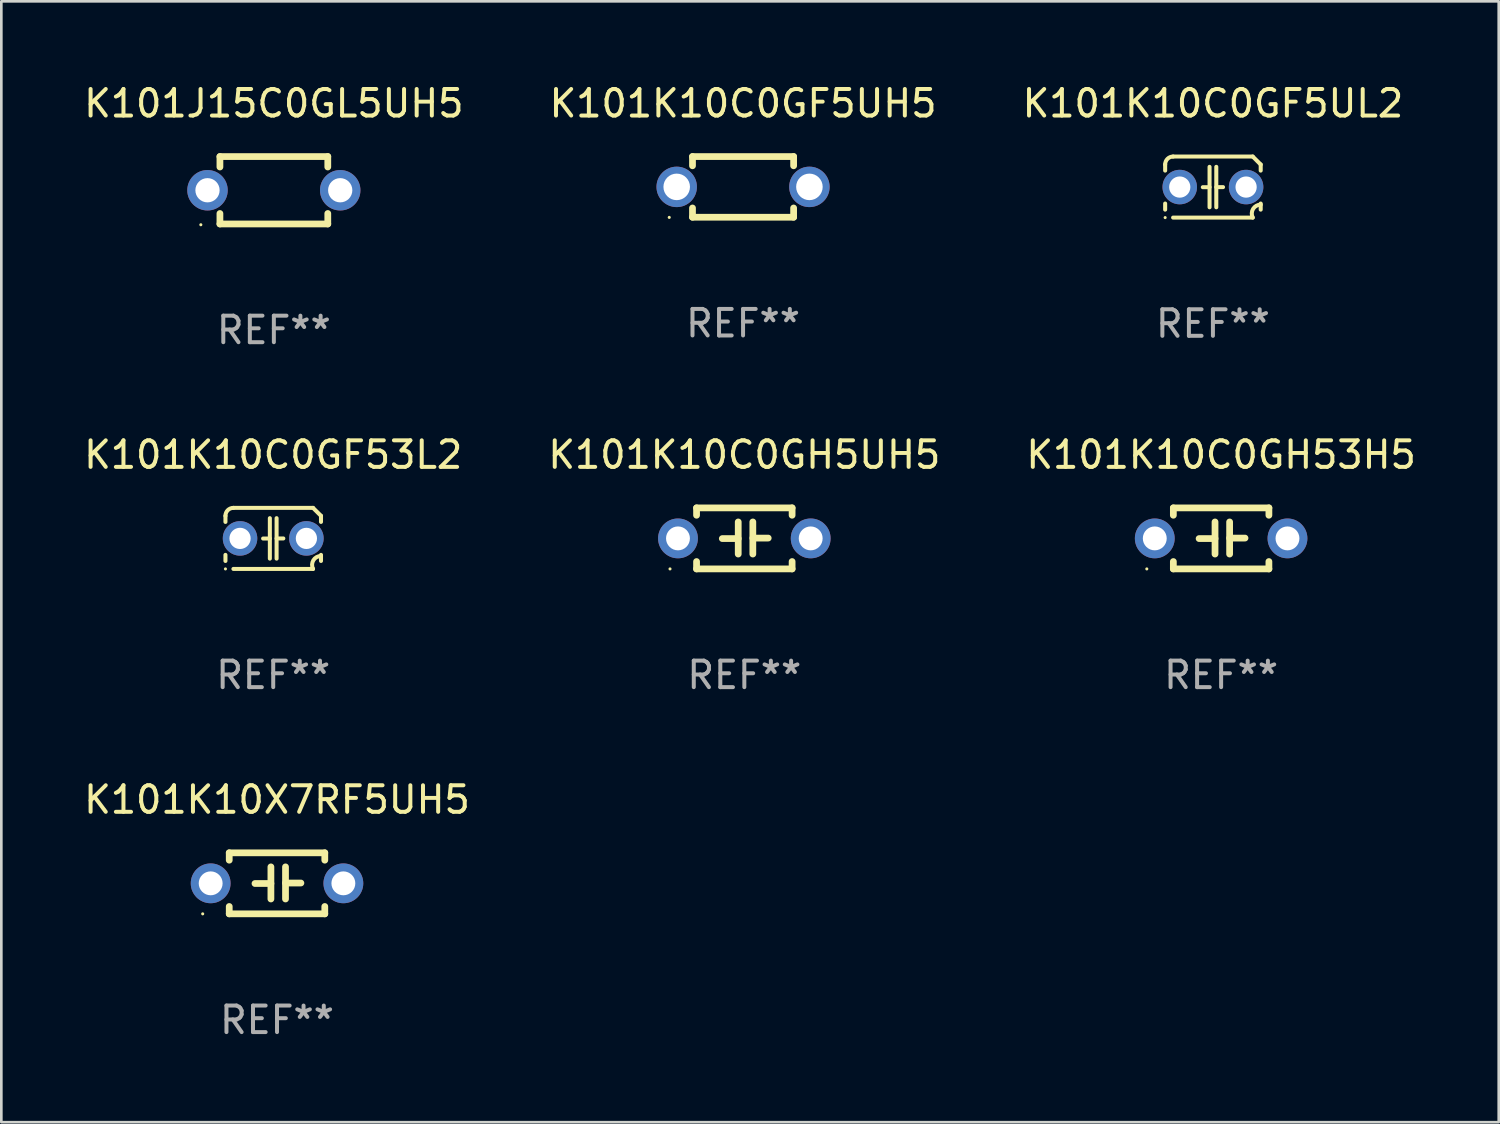
<source format=kicad_pcb>
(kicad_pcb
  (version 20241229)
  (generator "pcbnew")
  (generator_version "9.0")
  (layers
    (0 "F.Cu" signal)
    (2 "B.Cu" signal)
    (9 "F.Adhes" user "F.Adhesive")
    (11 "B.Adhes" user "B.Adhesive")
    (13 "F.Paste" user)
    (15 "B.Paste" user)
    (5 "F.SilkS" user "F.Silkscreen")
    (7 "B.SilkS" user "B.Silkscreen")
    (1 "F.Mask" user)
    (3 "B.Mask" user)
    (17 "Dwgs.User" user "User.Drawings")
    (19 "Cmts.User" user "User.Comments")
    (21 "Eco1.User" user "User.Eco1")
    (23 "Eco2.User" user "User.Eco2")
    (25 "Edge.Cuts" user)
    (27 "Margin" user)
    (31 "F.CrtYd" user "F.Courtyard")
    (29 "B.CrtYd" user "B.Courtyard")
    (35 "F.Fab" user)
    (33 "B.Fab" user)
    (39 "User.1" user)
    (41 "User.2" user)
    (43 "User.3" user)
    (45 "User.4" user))
  (footprint "K101K10C0GF5UL2"
    (layer "F.Cu")
    (at 42.649 3.998)
    (property "Reference" "K101K10C0GF5UL2" (at 0 -3.15 0) (layer "F.SilkS") (effects (font (size 1 1) (thickness 0.15))))
    (attr through_hole)
    (fp_line (start -1.8 -0.621) (end -1.8 -0.85) (stroke (width 0.152) (type solid)) (layer "F.SilkS"))
    (fp_line (start -1.8 0.85) (end -1.8 0.621) (stroke (width 0.152) (type solid)) (layer "F.SilkS"))
    (fp_line (start -1.5 -1.15) (end 1.5 -1.15) (stroke (width 0.152) (type solid)) (layer "F.SilkS"))
    (fp_line (start -0.127 -0.762) (end -0.127 0.762) (stroke (width 0.152) (type solid)) (layer "F.SilkS"))
    (fp_line (start -0.127 0.005) (end -0.381 0.005) (stroke (width 0.152) (type solid)) (layer "F.SilkS"))
    (fp_line (start 0.127 -0.762) (end 0.127 0.762) (stroke (width 0.152) (type solid)) (layer "F.SilkS"))
    (fp_line (start 0.127 0.002) (end 0.381 0.002) (stroke (width 0.152) (type solid)) (layer "F.SilkS"))
    (fp_line (start 1.5 1.15) (end -1.5 1.15) (stroke (width 0.152) (type solid)) (layer "F.SilkS"))
    (fp_line (start 1.8 -0.85) (end 1.8 -0.621) (stroke (width 0.152) (type solid)) (layer "F.SilkS"))
    (fp_line (start 1.8 0.621) (end 1.8 0.85) (stroke (width 0.152) (type solid)) (layer "F.SilkS"))
    (fp_arc (start -1.799975 -0.849987) (mid -1.712107 -1.062119) (end -1.499975 -1.149987) (stroke (width 0.151994) (type solid)) (layer "F.SilkS"))
    (fp_arc (start 1.499975 1.149987) (mid 1.513726 0.822359) (end 1.799975 0.662387) (stroke (width 0.151994) (type solid)) (layer "F.SilkS"))
    (fp_arc (start 1.500001 -1.149986) (mid 1.650015 -1.000001) (end 1.8 -0.849987) (stroke (width 0.151994) (type solid)) (layer "F.SilkS"))
    (fp_circle (center -1.8 1.15) (end -1.77 1.15) (stroke (width 0.06) (type solid)) (fill no) (layer "F.SilkS"))
    (fp_text user "REF**" (at 0 5.15 0) (layer "F.Fab") (effects (font (size 1 1) (thickness 0.15))))
    (pad "1" thru_hole circle (at -1.25 0) (size 1.3 1.3) (drill 0.8) (layers "*.Cu" "*.Mask"))
    (pad "2" thru_hole circle (at 1.25 0) (size 1.3 1.3) (drill 0.8) (layers "*.Cu" "*.Mask")))
  (footprint "K101K10C0GH53H5"
    (layer "F.Cu")
    (at 42.958 17.235)
    (property "Reference" "K101K10C0GH53H5" (at 0 -3.15 0) (layer "F.SilkS") (effects (font (size 1 1) (thickness 0.15))))
    (attr through_hole)
    (fp_line (start -1.8 -1.15) (end -1.8 -0.872) (stroke (width 0.254) (type solid)) (layer "F.SilkS"))
    (fp_line (start -1.8 -1.15) (end 1.8 -1.15) (stroke (width 0.254) (type solid)) (layer "F.SilkS"))
    (fp_line (start -1.8 0.872) (end -1.8 1.15) (stroke (width 0.254) (type solid)) (layer "F.SilkS"))
    (fp_line (start -1.8 1.15) (end 1.8 1.15) (stroke (width 0.254) (type solid)) (layer "F.SilkS"))
    (fp_line (start -0.23 -0.62) (end -0.23 0.59) (stroke (width 0.254) (type solid)) (layer "F.SilkS"))
    (fp_line (start -0.23 0.007) (end -0.83 0.007) (stroke (width 0.254) (type solid)) (layer "F.SilkS"))
    (fp_line (start 0.32 -0.62) (end 0.32 0.59) (stroke (width 0.254) (type solid)) (layer "F.SilkS"))
    (fp_line (start 0.32 -0.012) (end 0.9 -0.012) (stroke (width 0.254) (type solid)) (layer "F.SilkS"))
    (fp_line (start 1.8 -1.15) (end 1.8 -0.872) (stroke (width 0.254) (type solid)) (layer "F.SilkS"))
    (fp_line (start 1.8 0.872) (end 1.8 1.15) (stroke (width 0.254) (type solid)) (layer "F.SilkS"))
    (fp_circle (center -2.8 1.15) (end -2.77 1.15) (stroke (width 0.06) (type solid)) (fill no) (layer "F.SilkS"))
    (fp_text user "REF**" (at 0 5.15 0) (layer "F.Fab") (effects (font (size 1 1) (thickness 0.15))))
    (pad "1" thru_hole circle (at -2.5 0) (size 1.5 1.5) (drill 0.9) (layers "*.Cu" "*.Mask"))
    (pad "2" thru_hole circle (at 2.5 0) (size 1.5 1.5) (drill 0.9) (layers "*.Cu" "*.Mask")))
  (footprint "K101K10C0GF53L2"
    (layer "F.Cu")
    (at 7.244 17.235)
    (property "Reference" "K101K10C0GF53L2" (at 0 -3.15 0) (layer "F.SilkS") (effects (font (size 1 1) (thickness 0.15))))
    (attr through_hole)
    (fp_line (start -1.8 -0.621) (end -1.8 -0.85) (stroke (width 0.152) (type solid)) (layer "F.SilkS"))
    (fp_line (start -1.8 0.85) (end -1.8 0.621) (stroke (width 0.152) (type solid)) (layer "F.SilkS"))
    (fp_line (start -1.5 -1.15) (end 1.5 -1.15) (stroke (width 0.152) (type solid)) (layer "F.SilkS"))
    (fp_line (start -0.127 -0.762) (end -0.127 0.762) (stroke (width 0.152) (type solid)) (layer "F.SilkS"))
    (fp_line (start -0.127 0.005) (end -0.381 0.005) (stroke (width 0.152) (type solid)) (layer "F.SilkS"))
    (fp_line (start 0.127 -0.762) (end 0.127 0.762) (stroke (width 0.152) (type solid)) (layer "F.SilkS"))
    (fp_line (start 0.127 0.002) (end 0.381 0.002) (stroke (width 0.152) (type solid)) (layer "F.SilkS"))
    (fp_line (start 1.5 1.15) (end -1.5 1.15) (stroke (width 0.152) (type solid)) (layer "F.SilkS"))
    (fp_line (start 1.8 -0.85) (end 1.8 -0.621) (stroke (width 0.152) (type solid)) (layer "F.SilkS"))
    (fp_line (start 1.8 0.621) (end 1.8 0.85) (stroke (width 0.152) (type solid)) (layer "F.SilkS"))
    (fp_arc (start -1.799975 -0.849987) (mid -1.712107 -1.062119) (end -1.499975 -1.149987) (stroke (width 0.151994) (type solid)) (layer "F.SilkS"))
    (fp_arc (start 1.499975 1.149987) (mid 1.513726 0.822359) (end 1.799975 0.662387) (stroke (width 0.151994) (type solid)) (layer "F.SilkS"))
    (fp_arc (start 1.500001 -1.149986) (mid 1.650015 -1.000001) (end 1.8 -0.849987) (stroke (width 0.151994) (type solid)) (layer "F.SilkS"))
    (fp_circle (center -1.8 1.15) (end -1.77 1.15) (stroke (width 0.06) (type solid)) (fill no) (layer "F.SilkS"))
    (fp_text user "REF**" (at 0 5.15 0) (layer "F.Fab") (effects (font (size 1 1) (thickness 0.15))))
    (pad "1" thru_hole circle (at -1.25 0) (size 1.3 1.3) (drill 0.8) (layers "*.Cu" "*.Mask"))
    (pad "2" thru_hole circle (at 1.25 0) (size 1.3 1.3) (drill 0.8) (layers "*.Cu" "*.Mask")))
  (footprint "K101J15C0GL5UH5"
    (layer "F.Cu")
    (at 7.268 4.118)
    (property "Reference" "K101J15C0GL5UH5" (at 0 -3.27 0) (layer "F.SilkS") (effects (font (size 1 1) (thickness 0.15))))
    (attr through_hole)
    (fp_line (start -2.032 -1.27) (end -2.032 -0.876) (stroke (width 0.254) (type solid)) (layer "F.SilkS"))
    (fp_line (start -2.032 0.876) (end -2.032 1.27) (stroke (width 0.254) (type solid)) (layer "F.SilkS"))
    (fp_line (start -2.032 1.27) (end 2.032 1.27) (stroke (width 0.254) (type solid)) (layer "F.SilkS"))
    (fp_line (start 2.032 -1.27) (end -2.032 -1.27) (stroke (width 0.254) (type solid)) (layer "F.SilkS"))
    (fp_line (start 2.032 -0.876) (end 2.032 -1.27) (stroke (width 0.254) (type solid)) (layer "F.SilkS"))
    (fp_line (start 2.032 1.27) (end 2.032 0.876) (stroke (width 0.254) (type solid)) (layer "F.SilkS"))
    (fp_circle (center -2.751 1.3) (end -2.721 1.3) (stroke (width 0.06) (type solid)) (fill no) (layer "F.SilkS"))
    (fp_text user "REF**" (at 0 5.27 0) (layer "F.Fab") (effects (font (size 1 1) (thickness 0.15))))
    (pad "1" thru_hole circle (at -2.5 0) (size 1.524 1.524) (drill 0.914) (layers "*.Cu" "*.Mask"))
    (pad "2" thru_hole circle (at 2.5 0) (size 1.524 1.524) (drill 0.914) (layers "*.Cu" "*.Mask")))
  (footprint "K101K10C0GH5UH5"
    (layer "F.Cu")
    (at 24.994 17.235)
    (property "Reference" "K101K10C0GH5UH5" (at 0 -3.15 0) (layer "F.SilkS") (effects (font (size 1 1) (thickness 0.15))))
    (attr through_hole)
    (fp_line (start -1.8 -1.15) (end -1.8 -0.872) (stroke (width 0.254) (type solid)) (layer "F.SilkS"))
    (fp_line (start -1.8 -1.15) (end 1.8 -1.15) (stroke (width 0.254) (type solid)) (layer "F.SilkS"))
    (fp_line (start -1.8 0.872) (end -1.8 1.15) (stroke (width 0.254) (type solid)) (layer "F.SilkS"))
    (fp_line (start -1.8 1.15) (end 1.8 1.15) (stroke (width 0.254) (type solid)) (layer "F.SilkS"))
    (fp_line (start -0.23 -0.62) (end -0.23 0.59) (stroke (width 0.254) (type solid)) (layer "F.SilkS"))
    (fp_line (start -0.23 0.007) (end -0.83 0.007) (stroke (width 0.254) (type solid)) (layer "F.SilkS"))
    (fp_line (start 0.32 -0.62) (end 0.32 0.59) (stroke (width 0.254) (type solid)) (layer "F.SilkS"))
    (fp_line (start 0.32 -0.012) (end 0.9 -0.012) (stroke (width 0.254) (type solid)) (layer "F.SilkS"))
    (fp_line (start 1.8 -1.15) (end 1.8 -0.872) (stroke (width 0.254) (type solid)) (layer "F.SilkS"))
    (fp_line (start 1.8 0.872) (end 1.8 1.15) (stroke (width 0.254) (type solid)) (layer "F.SilkS"))
    (fp_circle (center -2.8 1.15) (end -2.77 1.15) (stroke (width 0.06) (type solid)) (fill no) (layer "F.SilkS"))
    (fp_text user "REF**" (at 0 5.15 0) (layer "F.Fab") (effects (font (size 1 1) (thickness 0.15))))
    (pad "1" thru_hole circle (at -2.5 0) (size 1.5 1.5) (drill 0.9) (layers "*.Cu" "*.Mask"))
    (pad "2" thru_hole circle (at 2.5 0) (size 1.5 1.5) (drill 0.9) (layers "*.Cu" "*.Mask")))
  (footprint "K101K10X7RF5UH5"
    (layer "F.Cu")
    (at 7.387 30.231)
    (property "Reference" "K101K10X7RF5UH5" (at 0 -3.15 0) (layer "F.SilkS") (effects (font (size 1 1) (thickness 0.15))))
    (attr through_hole)
    (fp_line (start -1.8 -1.15) (end -1.8 -0.872) (stroke (width 0.254) (type solid)) (layer "F.SilkS"))
    (fp_line (start -1.8 -1.15) (end 1.8 -1.15) (stroke (width 0.254) (type solid)) (layer "F.SilkS"))
    (fp_line (start -1.8 0.872) (end -1.8 1.15) (stroke (width 0.254) (type solid)) (layer "F.SilkS"))
    (fp_line (start -1.8 1.15) (end 1.8 1.15) (stroke (width 0.254) (type solid)) (layer "F.SilkS"))
    (fp_line (start -0.23 -0.62) (end -0.23 0.59) (stroke (width 0.254) (type solid)) (layer "F.SilkS"))
    (fp_line (start -0.23 0.007) (end -0.83 0.007) (stroke (width 0.254) (type solid)) (layer "F.SilkS"))
    (fp_line (start 0.32 -0.62) (end 0.32 0.59) (stroke (width 0.254) (type solid)) (layer "F.SilkS"))
    (fp_line (start 0.32 -0.012) (end 0.9 -0.012) (stroke (width 0.254) (type solid)) (layer "F.SilkS"))
    (fp_line (start 1.8 -1.15) (end 1.8 -0.872) (stroke (width 0.254) (type solid)) (layer "F.SilkS"))
    (fp_line (start 1.8 0.872) (end 1.8 1.15) (stroke (width 0.254) (type solid)) (layer "F.SilkS"))
    (fp_circle (center -2.8 1.15) (end -2.77 1.15) (stroke (width 0.06) (type solid)) (fill no) (layer "F.SilkS"))
    (fp_text user "REF**" (at 0 5.15 0) (layer "F.Fab") (effects (font (size 1 1) (thickness 0.15))))
    (pad "1" thru_hole circle (at -2.5 0) (size 1.5 1.5) (drill 0.9) (layers "*.Cu" "*.Mask"))
    (pad "2" thru_hole circle (at 2.5 0) (size 1.5 1.5) (drill 0.9) (layers "*.Cu" "*.Mask")))
  (footprint "K101K10C0GF5UH5"
    (layer "F.Cu")
    (at 24.946 3.991)
    (property "Reference" "K101K10C0GF5UH5" (at 0 -3.143 0) (layer "F.SilkS") (effects (font (size 1 1) (thickness 0.15))))
    (attr through_hole)
    (fp_line (start -1.905 -1.143) (end 1.905 -1.143) (stroke (width 0.254) (type solid)) (layer "F.SilkS"))
    (fp_line (start -1.905 -0.795) (end -1.905 -1.143) (stroke (width 0.254) (type solid)) (layer "F.SilkS"))
    (fp_line (start -1.905 1.143) (end -1.905 0.795) (stroke (width 0.254) (type solid)) (layer "F.SilkS"))
    (fp_line (start 1.905 -1.143) (end 1.905 -0.795) (stroke (width 0.254) (type solid)) (layer "F.SilkS"))
    (fp_line (start 1.905 0.795) (end 1.905 1.143) (stroke (width 0.254) (type solid)) (layer "F.SilkS"))
    (fp_line (start 1.905 1.143) (end -1.905 1.143) (stroke (width 0.254) (type solid)) (layer "F.SilkS"))
    (fp_circle (center -2.781 1.15) (end -2.751 1.15) (stroke (width 0.06) (type solid)) (fill no) (layer "F.SilkS"))
    (fp_text user "REF**" (at 0 5.143 0) (layer "F.Fab") (effects (font (size 1 1) (thickness 0.15))))
    (pad "1" thru_hole circle (at -2.5 0) (size 1.524 1.524) (drill 1) (layers "*.Cu" "*.Mask"))
    (pad "2" thru_hole circle (at 2.5 0) (size 1.524 1.524) (drill 1) (layers "*.Cu" "*.Mask")))
  (gr_rect
    (start -3 -3)
    (end 53.417 39.23)
    (stroke (width 0.1) (type default))
    (fill no)
    (layer "Edge.Cuts")))
</source>
